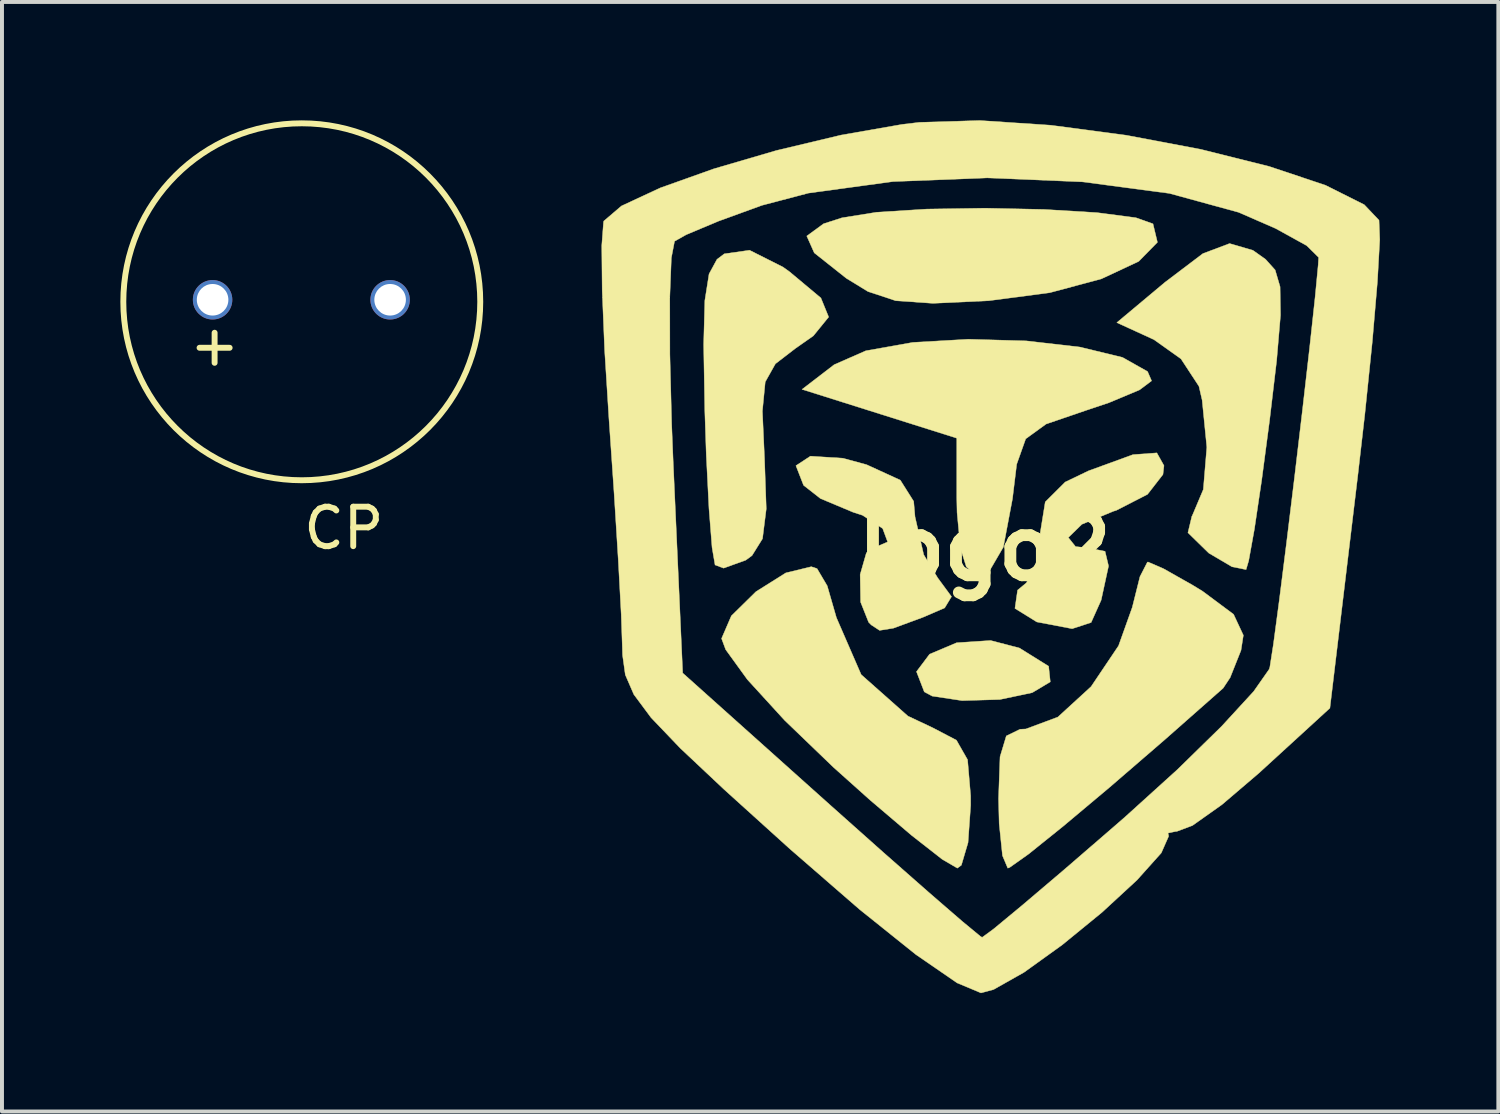
<source format=kicad_pcb>
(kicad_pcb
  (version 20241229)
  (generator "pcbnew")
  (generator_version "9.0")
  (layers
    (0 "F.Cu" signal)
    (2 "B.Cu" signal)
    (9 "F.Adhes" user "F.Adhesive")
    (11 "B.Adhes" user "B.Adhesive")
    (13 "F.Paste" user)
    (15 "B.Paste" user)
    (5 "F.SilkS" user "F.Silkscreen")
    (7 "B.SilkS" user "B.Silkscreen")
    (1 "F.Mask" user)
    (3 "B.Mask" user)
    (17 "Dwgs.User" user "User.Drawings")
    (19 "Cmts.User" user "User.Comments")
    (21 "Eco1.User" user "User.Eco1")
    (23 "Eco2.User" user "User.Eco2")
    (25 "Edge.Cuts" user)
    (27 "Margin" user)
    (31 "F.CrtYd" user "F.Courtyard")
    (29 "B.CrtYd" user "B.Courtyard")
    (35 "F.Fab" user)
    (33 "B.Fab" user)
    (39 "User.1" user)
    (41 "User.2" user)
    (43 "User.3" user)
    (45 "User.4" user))
  (footprint "CP"
    (layer "F.Cu")
    (at 2.339 4.549)
    (property "Reference" "CP" (at 3.327 5.791 0) (layer "F.SilkS") (effects (font (size 1 1) (thickness 0.15))))
    (attr through_hole)
    (fp_circle (center 2.261 0.051) (end 6.502 -1.524) (stroke (width 0.15) (type solid)) (fill no) (layer "F.SilkS"))
    (fp_text user "+" (at 0.051 1.143 0) (layer "F.SilkS") (effects (font (size 1 1) (thickness 0.15))))
    (pad "1" thru_hole circle (at 0 0) (size 1 1) (drill 0.8) (layers "*.Cu" "*.Mask"))
    (pad "2" thru_hole circle (at 4.5 0) (size 1 1) (drill 0.8) (layers "*.Cu" "*.Mask")))
  (footprint "logo2"
    (layer "F.Cu")
    (at 21.909 10.843)
    (property "Reference" "logo2" (at 0 0 0) (layer "F.SilkS") (effects (font (size 1.524 1.524) (thickness 0.3))))
    (attr through_hole)
    (fp_poly (pts (xy 0.883 2.534) (xy 1.623 2.995) (xy 1.665 3.392) (xy 1.206 3.666) (xy 0.386 3.839) (xy -0.57 3.867) (xy -1.33 3.752) (xy -1.529 3.645) (xy -1.727 3.132) (xy -1.395 2.69) (xy -0.71 2.4) (xy 0.152 2.343) (xy 0.883 2.534)) (stroke (width 0.01) (type solid)) (fill yes) (layer "F.SilkS"))
    (fp_poly (pts (xy 1.513 -8.584) (xy 2.849 -8.503) (xy 3.835 -8.374) (xy 4.268 -8.22) (xy 4.381 -7.751) (xy 3.906 -7.267) (xy 2.957 -6.823) (xy 1.649 -6.473) (xy 0.104 -6.27) (xy -1.31 -6.204) (xy -2.254 -6.27) (xy -2.957 -6.503) (xy -3.506 -6.839) (xy -4.318 -7.483) (xy -4.508 -7.91) (xy -4.083 -8.221) (xy -3.616 -8.372) (xy -2.738 -8.513) (xy -1.466 -8.593) (xy 0.013 -8.616) (xy 1.513 -8.584)) (stroke (width 0.01) (type solid)) (fill yes) (layer "F.SilkS"))
    (fp_poly (pts (xy 1.056 -5.252) (xy 2.413 -5.096) (xy 3.494 -4.834) (xy 4.131 -4.475) (xy 4.233 -4.239) (xy 3.928 -4.01) (xy 3.147 -3.683) (xy 2.558 -3.486) (xy 1.559 -3.144) (xy 1.042 -2.769) (xy 0.813 -2.125) (xy 0.706 -1.247) (xy 0.475 -0.025) (xy 0.112 0.598) (xy -0.35 0.575) (xy -0.463 0.478) (xy -0.613 0.002) (xy -0.698 -0.899) (xy -0.706 -1.275) (xy -0.706 -2.786) (xy -4.628 -4.023) (xy -3.813 -4.649) (xy -3.012 -5.001) (xy -1.822 -5.213) (xy -0.411 -5.294) (xy 1.056 -5.252)) (stroke (width 0.01) (type solid)) (fill yes) (layer "F.SilkS"))
    (fp_poly (pts (xy -5.11 -7.123) (xy -4.944 -7.004) (xy -4.15 -6.34) (xy -3.953 -5.857) (xy -4.341 -5.38) (xy -4.799 -5.059) (xy -5.303 -4.671) (xy -5.561 -4.212) (xy -5.633 -3.472) (xy -5.579 -2.267) (xy -5.535 -0.995) (xy -5.63 -0.237) (xy -5.896 0.19) (xy -6.055 0.307) (xy -6.617 0.509) (xy -6.833 0.428) (xy -6.909 -0.015) (xy -6.987 -1.002) (xy -7.056 -2.371) (xy -7.093 -3.481) (xy -7.122 -5.163) (xy -7.092 -6.274) (xy -6.985 -6.949) (xy -6.784 -7.319) (xy -6.599 -7.459) (xy -5.958 -7.55) (xy -5.11 -7.123)) (stroke (width 0.01) (type solid)) (fill yes) (layer "F.SilkS"))
    (fp_poly (pts (xy -4.248 0.52) (xy -3.99 0.956) (xy -3.757 1.763) (xy -3.757 1.763) (xy -3.129 3.208) (xy -1.944 4.259) (xy -1.318 4.554) (xy -0.714 4.87) (xy -0.432 5.365) (xy -0.354 6.277) (xy -0.353 6.518) (xy -0.42 7.467) (xy -0.589 8.039) (xy -0.691 8.114) (xy -1.076 7.889) (xy -1.853 7.281) (xy -2.902 6.389) (xy -3.833 5.556) (xy -5.07 4.366) (xy -6.013 3.334) (xy -6.564 2.573) (xy -6.668 2.293) (xy -6.42 1.718) (xy -5.795 1.104) (xy -5.039 0.629) (xy -4.393 0.472) (xy -4.248 0.52)) (stroke (width 0.01) (type solid)) (fill yes) (layer "F.SilkS"))
    (fp_poly (pts (xy -3.59 -2.277) (xy -2.992 -2.114) (xy -2.137 -1.722) (xy -1.798 -1.185) (xy -1.764 -0.794) (xy -1.544 0.168) (xy -1.188 0.757) (xy -0.839 1.231) (xy -1.012 1.517) (xy -1.564 1.755) (xy -2.312 2.031) (xy -2.662 2.087) (xy -2.874 1.948) (xy -2.94 1.881) (xy -3.143 1.37) (xy -3.155 0.671) (xy -2.997 0.12) (xy -2.822 0) (xy -2.458 -0.156) (xy -2.584 -0.496) (xy -3.092 -0.83) (xy -3.337 -0.91) (xy -4.162 -1.256) (xy -4.589 -1.591) (xy -4.783 -2.089) (xy -4.415 -2.33) (xy -3.59 -2.277)) (stroke (width 0.01) (type solid)) (fill yes) (layer "F.SilkS"))
    (fp_poly (pts (xy 4.547 -2.09) (xy 4.521 -1.865) (xy 4.13 -1.362) (xy 3.337 -0.955) (xy 3.261 -0.932) (xy 2.466 -0.603) (xy 2.122 -0.267) (xy 2.305 -0.038) (xy 2.646 0) (xy 3.053 0.082) (xy 3.142 0.455) (xy 2.958 1.303) (xy 2.953 1.323) (xy 2.7 1.887) (xy 2.22 2.044) (xy 1.323 1.873) (xy 0.769 1.53) (xy 0.836 1.066) (xy 1.058 0.882) (xy 1.311 0.406) (xy 1.411 -0.392) (xy 1.537 -1.169) (xy 2.042 -1.673) (xy 2.635 -1.958) (xy 3.759 -2.368) (xy 4.366 -2.413) (xy 4.547 -2.09)) (stroke (width 0.01) (type solid)) (fill yes) (layer "F.SilkS"))
    (fp_poly (pts (xy 6.801 -7.548) (xy 7.122 -7.32) (xy 7.365 -7.049) (xy 7.49 -6.624) (xy 7.501 -5.905) (xy 7.403 -4.753) (xy 7.224 -3.239) (xy 7.023 -1.718) (xy 6.839 -0.479) (xy 6.694 0.323) (xy 6.628 0.546) (xy 6.271 0.474) (xy 5.682 0.127) (xy 5.154 -0.389) (xy 5.255 -0.81) (xy 5.262 -0.817) (xy 5.544 -1.485) (xy 5.633 -2.557) (xy 5.514 -3.753) (xy 5.433 -4.102) (xy 4.978 -4.796) (xy 4.292 -5.284) (xy 3.351 -5.715) (xy 4.573 -6.738) (xy 5.533 -7.465) (xy 6.21 -7.72) (xy 6.801 -7.548)) (stroke (width 0.01) (type solid)) (fill yes) (layer "F.SilkS"))
    (fp_poly (pts (xy 4.532 0.521) (xy 5.275 0.941) (xy 5.527 1.095) (xy 6.311 1.679) (xy 6.559 2.21) (xy 6.499 2.594) (xy 6.224 3.284) (xy 6.046 3.552) (xy 4.551 4.871) (xy 3.165 6.067) (xy 1.985 7.057) (xy 1.109 7.761) (xy 0.634 8.097) (xy 0.587 8.114) (xy 0.453 7.796) (xy 0.369 6.985) (xy 0.353 6.35) (xy 0.391 5.29) (xy 0.55 4.762) (xy 0.898 4.593) (xy 1.044 4.586) (xy 1.856 4.284) (xy 2.699 3.512) (xy 3.395 2.477) (xy 3.743 1.503) (xy 3.938 0.724) (xy 4.126 0.357) (xy 4.143 0.353) (xy 4.532 0.521)) (stroke (width 0.01) (type solid)) (fill yes) (layer "F.SilkS"))
    (fp_poly (pts (xy 1.673 -10.719) (xy 3.588 -10.465) (xy 5.482 -10.107) (xy 7.214 -9.674) (xy 8.641 -9.197) (xy 9.623 -8.705) (xy 9.998 -8.31) (xy 10.017 -7.817) (xy 9.957 -6.75) (xy 9.828 -5.236) (xy 9.639 -3.399) (xy 9.466 -1.89) (xy 8.753 4.057) (xy 6.949 5.708) (xy 6.015 6.505) (xy 5.268 7.034) (xy 4.865 7.185) (xy 4.857 7.181) (xy 4.65 7.223) (xy 4.666 7.304) (xy 4.479 7.728) (xy 3.863 8.416) (xy 2.974 9.236) (xy 1.967 10.059) (xy 0.999 10.755) (xy 0.225 11.192) (xy -0.092 11.277) (xy -0.696 11.024) (xy -1.74 10.306) (xy -3.17 9.16) (xy -4.934 7.628) (xy -5.027 7.544) (xy -6.598 6.124) (xy -7.715 5.073) (xy -8.454 4.3) (xy -8.892 3.711) (xy -9.108 3.213) (xy -9.178 2.712) (xy -9.183 2.53) (xy -9.212 1.678) (xy -9.286 0.31) (xy -9.392 -1.387) (xy -9.519 -3.227) (xy -9.522 -3.268) (xy -9.632 -5.014) (xy -9.687 -6.357) (xy -7.98 -6.357) (xy -7.978 -4.912) (xy -7.933 -3.149) (xy -7.894 -2.18) (xy -7.653 3.168) (xy -3.915 6.514) (xy -2.571 7.711) (xy -1.425 8.719) (xy -0.574 9.456) (xy -0.114 9.836) (xy -0.063 9.869) (xy 0.23 9.654) (xy 0.95 9.058) (xy 1.998 8.168) (xy 3.27 7.069) (xy 3.563 6.814) (xy 4.888 5.614) (xy 6.009 4.517) (xy 6.82 3.634) (xy 7.212 3.074) (xy 7.23 3.021) (xy 7.321 2.437) (xy 7.469 1.33) (xy 7.654 -0.138) (xy 7.857 -1.803) (xy 8.058 -3.503) (xy 8.238 -5.073) (xy 8.377 -6.352) (xy 8.456 -7.177) (xy 8.467 -7.368) (xy 8.164 -7.667) (xy 7.378 -8.101) (xy 6.438 -8.511) (xy 4.684 -8.991) (xy 2.483 -9.283) (xy 0.068 -9.384) (xy -2.326 -9.29) (xy -4.466 -8.998) (xy -5.644 -8.688) (xy -6.744 -8.288) (xy -7.564 -7.944) (xy -7.86 -7.777) (xy -7.941 -7.355) (xy -7.98 -6.357) (xy -9.687 -6.357) (xy -9.694 -6.531) (xy -9.705 -7.666) (xy -9.66 -8.266) (xy -9.652 -8.291) (xy -9.206 -8.672) (xy -8.224 -9.129) (xy -6.864 -9.614) (xy -5.282 -10.077) (xy -3.638 -10.469) (xy -2.089 -10.74) (xy -1.652 -10.792) (xy -0.121 -10.838) (xy 1.673 -10.719)) (stroke (width 0.01) (type solid)) (fill yes) (layer "F.SilkS")))
  (gr_rect
    (start -3 -3)
    (end 34.932 25.125)
    (stroke (width 0.1) (type default))
    (fill no)
    (layer "Edge.Cuts")))
</source>
